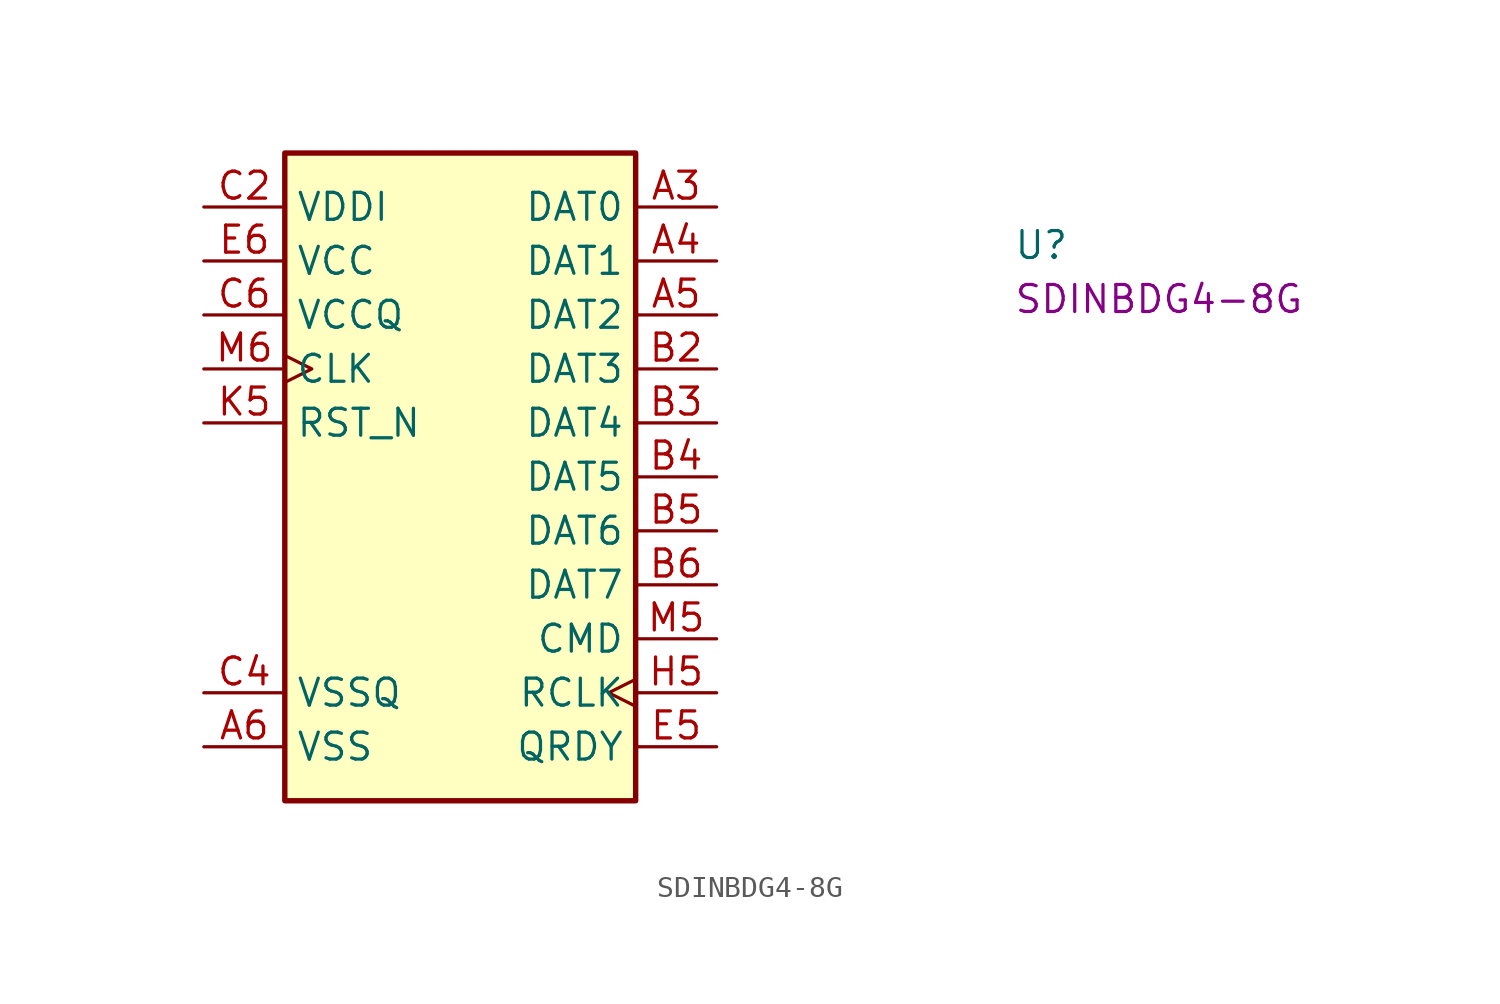
<source format=kicad_sym>
(kicad_symbol_lib
  (version 20220914)
  (generator kicad_symbol_editor)
  (symbol "SDINBDG4-8G"
    (property "Reference" "U"
      (at 38.1 -2.54 0)
      (effects (font (size 1.27 1.27) (thickness 0.15)) (justify left bottom)))
    (property "MPN" "SDINBDG4-8G"
      (at 38.1 -5.08 0)
      (effects (font (size 1.27 1.27) (thickness 0.15)) (justify left bottom)))
    (symbol "SDINBDG4-8G_1_1"
      (rectangle (start 3.81 2.54) (end 20.32 -27.94) (stroke (width 0.254) (type default)) (fill (type background)))
      (pin bidirectional line (at 24.13 0 180) (length 3.81) (name "DAT0" (effects (font (size 1.27 1.27)))) (number "A3" (effects (font (size 1.27 1.27)))))
      (pin bidirectional line (at 24.13 -2.54 180) (length 3.81) (name "DAT1" (effects (font (size 1.27 1.27)))) (number "A4" (effects (font (size 1.27 1.27)))))
      (pin bidirectional line (at 24.13 -5.08 180) (length 3.81) (name "DAT2" (effects (font (size 1.27 1.27)))) (number "A5" (effects (font (size 1.27 1.27)))))
      (pin power_in line (at 0 -25.4 0) (length 3.81) (name "VSS" (effects (font (size 1.27 1.27)))) (number "A6" (effects (font (size 1.27 1.27)))))
      (pin bidirectional line (at 24.13 -7.62 180) (length 3.81) (name "DAT3" (effects (font (size 1.27 1.27)))) (number "B2" (effects (font (size 1.27 1.27)))))
      (pin bidirectional line (at 24.13 -10.16 180) (length 3.81) (name "DAT4" (effects (font (size 1.27 1.27)))) (number "B3" (effects (font (size 1.27 1.27)))))
      (pin bidirectional line (at 24.13 -12.7 180) (length 3.81) (name "DAT5" (effects (font (size 1.27 1.27)))) (number "B4" (effects (font (size 1.27 1.27)))))
      (pin bidirectional line (at 24.13 -15.24 180) (length 3.81) (name "DAT6" (effects (font (size 1.27 1.27)))) (number "B5" (effects (font (size 1.27 1.27)))))
      (pin bidirectional line (at 24.13 -17.78 180) (length 3.81) (name "DAT7" (effects (font (size 1.27 1.27)))) (number "B6" (effects (font (size 1.27 1.27)))))
      (pin passive line (at 0 0 0) (length 3.81) (name "VDDI" (effects (font (size 1.27 1.27)))) (number "C2" (effects (font (size 1.27 1.27)))))
      (pin power_in line (at 0 -22.86 0) (length 3.81) (name "VSSQ" (effects (font (size 1.27 1.27)))) (number "C4" (effects (font (size 1.27 1.27)))))
      (pin power_in line (at 0 -5.08 0) (length 3.81) (name "VCCQ" (effects (font (size 1.27 1.27)))) (number "C6" (effects (font (size 1.27 1.27)))))
      (pin no_connect line (at 3.81 -15.24 0) (length 3.81) hide (name "NC" (effects (font (size 1.27 1.27)))) (number "E10" (effects (font (size 1.27 1.27)))))
      (pin output line (at 24.13 -25.4 180) (length 3.81) (name "QRDY" (effects (font (size 1.27 1.27)))) (number "E5" (effects (font (size 1.27 1.27)))))
      (pin power_in line (at 0 -2.54 0) (length 3.81) (name "VCC" (effects (font (size 1.27 1.27)))) (number "E6" (effects (font (size 1.27 1.27)))))
      (pin passive line (at 0 -25.4 0) (length 3.81) hide (name "VSS" (effects (font (size 1.27 1.27)))) (number "E7" (effects (font (size 1.27 1.27)))))
      (pin no_connect line (at 3.81 -12.7 0) (length 3.81) hide (name "NC" (effects (font (size 1.27 1.27)))) (number "E9" (effects (font (size 1.27 1.27)))))
      (pin no_connect line (at 3.81 -17.78 0) (length 3.81) hide (name "NC" (effects (font (size 1.27 1.27)))) (number "F10" (effects (font (size 1.27 1.27)))))
      (pin passive line (at 0 -2.54 0) (length 3.81) hide (name "VCC" (effects (font (size 1.27 1.27)))) (number "F5" (effects (font (size 1.27 1.27)))))
      (pin passive line (at 0 -25.4 0) (length 3.81) hide (name "VSS" (effects (font (size 1.27 1.27)))) (number "G5" (effects (font (size 1.27 1.27)))))
      (pin passive line (at 0 -25.4 0) (length 3.81) hide (name "VSS" (effects (font (size 1.27 1.27)))) (number "H10" (effects (font (size 1.27 1.27)))))
      (pin output clock (at 24.13 -22.86 180) (length 3.81) (name "RCLK" (effects (font (size 1.27 1.27)))) (number "H5" (effects (font (size 1.27 1.27)))))
      (pin passive line (at 0 -2.54 0) (length 3.81) hide (name "VCC" (effects (font (size 1.27 1.27)))) (number "J10" (effects (font (size 1.27 1.27)))))
      (pin passive line (at 0 -25.4 0) (length 3.81) hide (name "VSS" (effects (font (size 1.27 1.27)))) (number "J5" (effects (font (size 1.27 1.27)))))
      (pin no_connect line (at 3.81 -20.32 0) (length 3.81) hide (name "NC" (effects (font (size 1.27 1.27)))) (number "K10" (effects (font (size 1.27 1.27)))))
      (pin input line (at 0 -10.16 0) (length 3.81) (name "RST_N" (effects (font (size 1.27 1.27)))) (number "K5" (effects (font (size 1.27 1.27)))))
      (pin passive line (at 0 -25.4 0) (length 3.81) hide (name "VSS" (effects (font (size 1.27 1.27)))) (number "K8" (effects (font (size 1.27 1.27)))))
      (pin passive line (at 0 -2.54 0) (length 3.81) hide (name "VCC" (effects (font (size 1.27 1.27)))) (number "K9" (effects (font (size 1.27 1.27)))))
      (pin passive line (at 0 -5.08 0) (length 3.81) hide (name "VCCQ" (effects (font (size 1.27 1.27)))) (number "M4" (effects (font (size 1.27 1.27)))))
      (pin bidirectional line (at 24.13 -20.32 180) (length 3.81) (name "CMD" (effects (font (size 1.27 1.27)))) (number "M5" (effects (font (size 1.27 1.27)))))
      (pin input clock (at 0 -7.62 0) (length 3.81) (name "CLK" (effects (font (size 1.27 1.27)))) (number "M6" (effects (font (size 1.27 1.27)))))
      (pin passive line (at 0 -22.86 0) (length 3.81) hide (name "VSSQ" (effects (font (size 1.27 1.27)))) (number "N2" (effects (font (size 1.27 1.27)))))
      (pin passive line (at 0 -5.08 0) (length 3.81) hide (name "VCCQ" (effects (font (size 1.27 1.27)))) (number "N4" (effects (font (size 1.27 1.27)))))
      (pin passive line (at 0 -22.86 0) (length 3.81) hide (name "VSSQ" (effects (font (size 1.27 1.27)))) (number "N5" (effects (font (size 1.27 1.27)))))
      (pin passive line (at 0 -5.08 0) (length 3.81) hide (name "VCCQ" (effects (font (size 1.27 1.27)))) (number "P3" (effects (font (size 1.27 1.27)))))
      (pin passive line (at 0 -22.86 0) (length 3.81) hide (name "VSSQ" (effects (font (size 1.27 1.27)))) (number "P4" (effects (font (size 1.27 1.27)))))
      (pin passive line (at 0 -5.08 0) (length 3.81) hide (name "VCCQ" (effects (font (size 1.27 1.27)))) (number "P5" (effects (font (size 1.27 1.27)))))
      (pin passive line (at 0 -22.86 0) (length 3.81) hide (name "VSSQ" (effects (font (size 1.27 1.27)))) (number "P6" (effects (font (size 1.27 1.27))))))))
</source>
